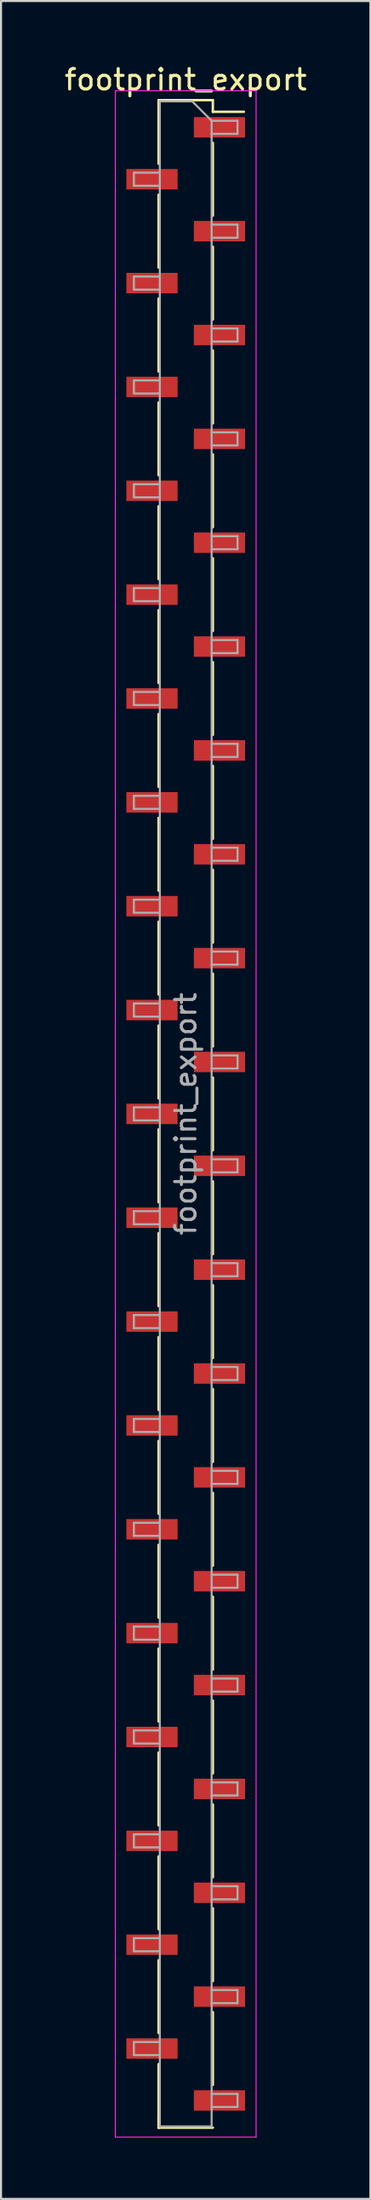
<source format=kicad_pcb>
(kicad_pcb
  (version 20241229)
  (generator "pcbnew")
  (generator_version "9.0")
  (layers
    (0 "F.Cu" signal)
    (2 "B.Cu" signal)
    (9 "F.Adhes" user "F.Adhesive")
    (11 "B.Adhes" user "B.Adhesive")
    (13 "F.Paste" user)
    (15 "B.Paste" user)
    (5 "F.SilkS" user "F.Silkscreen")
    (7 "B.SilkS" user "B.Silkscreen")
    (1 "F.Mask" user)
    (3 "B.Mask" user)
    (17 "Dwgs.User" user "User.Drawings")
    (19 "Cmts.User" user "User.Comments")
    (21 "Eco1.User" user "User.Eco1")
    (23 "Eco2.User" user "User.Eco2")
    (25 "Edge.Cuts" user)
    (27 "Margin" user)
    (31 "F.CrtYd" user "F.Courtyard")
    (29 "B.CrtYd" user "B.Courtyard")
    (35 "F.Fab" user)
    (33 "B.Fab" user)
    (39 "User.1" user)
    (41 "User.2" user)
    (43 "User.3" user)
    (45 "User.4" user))
  (footprint "footprint_export"
    (layer "F.Cu")
    (at 6.054 51.438)
    (property "Reference" "footprint_export" (at 0 -50.59 0) (layer "F.SilkS") (effects (font (size 1 1) (thickness 0.15))))
    (attr smd)
    (fp_line (start -1.33 -49.59) (end -1.33 -46.48) (stroke (width 0.12) (type solid)) (layer "F.SilkS"))
    (fp_line (start -1.33 -49.59) (end 1.33 -49.59) (stroke (width 0.12) (type solid)) (layer "F.SilkS"))
    (fp_line (start -1.33 -44.96) (end -1.33 -41.4) (stroke (width 0.12) (type solid)) (layer "F.SilkS"))
    (fp_line (start -1.33 -39.88) (end -1.33 -36.32) (stroke (width 0.12) (type solid)) (layer "F.SilkS"))
    (fp_line (start -1.33 -34.8) (end -1.33 -31.24) (stroke (width 0.12) (type solid)) (layer "F.SilkS"))
    (fp_line (start -1.33 -29.72) (end -1.33 -26.16) (stroke (width 0.12) (type solid)) (layer "F.SilkS"))
    (fp_line (start -1.33 -24.64) (end -1.33 -21.08) (stroke (width 0.12) (type solid)) (layer "F.SilkS"))
    (fp_line (start -1.33 -19.56) (end -1.33 -16) (stroke (width 0.12) (type solid)) (layer "F.SilkS"))
    (fp_line (start -1.33 -14.48) (end -1.33 -10.92) (stroke (width 0.12) (type solid)) (layer "F.SilkS"))
    (fp_line (start -1.33 -9.4) (end -1.33 -5.84) (stroke (width 0.12) (type solid)) (layer "F.SilkS"))
    (fp_line (start -1.33 -4.32) (end -1.33 -0.76) (stroke (width 0.12) (type solid)) (layer "F.SilkS"))
    (fp_line (start -1.33 0.76) (end -1.33 4.32) (stroke (width 0.12) (type solid)) (layer "F.SilkS"))
    (fp_line (start -1.33 5.84) (end -1.33 9.4) (stroke (width 0.12) (type solid)) (layer "F.SilkS"))
    (fp_line (start -1.33 10.92) (end -1.33 14.48) (stroke (width 0.12) (type solid)) (layer "F.SilkS"))
    (fp_line (start -1.33 16) (end -1.33 19.56) (stroke (width 0.12) (type solid)) (layer "F.SilkS"))
    (fp_line (start -1.33 21.08) (end -1.33 24.64) (stroke (width 0.12) (type solid)) (layer "F.SilkS"))
    (fp_line (start -1.33 26.16) (end -1.33 29.72) (stroke (width 0.12) (type solid)) (layer "F.SilkS"))
    (fp_line (start -1.33 31.24) (end -1.33 34.8) (stroke (width 0.12) (type solid)) (layer "F.SilkS"))
    (fp_line (start -1.33 36.32) (end -1.33 39.88) (stroke (width 0.12) (type solid)) (layer "F.SilkS"))
    (fp_line (start -1.33 41.4) (end -1.33 44.96) (stroke (width 0.12) (type solid)) (layer "F.SilkS"))
    (fp_line (start -1.33 46.48) (end -1.33 49.59) (stroke (width 0.12) (type solid)) (layer "F.SilkS"))
    (fp_line (start -1.33 49.02) (end -1.33 49.59) (stroke (width 0.12) (type solid)) (layer "F.SilkS"))
    (fp_line (start -1.33 49.59) (end 1.33 49.59) (stroke (width 0.12) (type solid)) (layer "F.SilkS"))
    (fp_line (start 1.33 -49.59) (end 1.33 -49.02) (stroke (width 0.12) (type solid)) (layer "F.SilkS"))
    (fp_line (start 1.33 -49.02) (end 2.85 -49.02) (stroke (width 0.12) (type solid)) (layer "F.SilkS"))
    (fp_line (start 1.33 -47.5) (end 1.33 -43.94) (stroke (width 0.12) (type solid)) (layer "F.SilkS"))
    (fp_line (start 1.33 -42.42) (end 1.33 -38.86) (stroke (width 0.12) (type solid)) (layer "F.SilkS"))
    (fp_line (start 1.33 -37.34) (end 1.33 -33.78) (stroke (width 0.12) (type solid)) (layer "F.SilkS"))
    (fp_line (start 1.33 -32.26) (end 1.33 -28.7) (stroke (width 0.12) (type solid)) (layer "F.SilkS"))
    (fp_line (start 1.33 -27.18) (end 1.33 -23.62) (stroke (width 0.12) (type solid)) (layer "F.SilkS"))
    (fp_line (start 1.33 -22.1) (end 1.33 -18.54) (stroke (width 0.12) (type solid)) (layer "F.SilkS"))
    (fp_line (start 1.33 -17.02) (end 1.33 -13.46) (stroke (width 0.12) (type solid)) (layer "F.SilkS"))
    (fp_line (start 1.33 -11.94) (end 1.33 -8.38) (stroke (width 0.12) (type solid)) (layer "F.SilkS"))
    (fp_line (start 1.33 -6.86) (end 1.33 -3.3) (stroke (width 0.12) (type solid)) (layer "F.SilkS"))
    (fp_line (start 1.33 -1.78) (end 1.33 1.78) (stroke (width 0.12) (type solid)) (layer "F.SilkS"))
    (fp_line (start 1.33 3.3) (end 1.33 6.86) (stroke (width 0.12) (type solid)) (layer "F.SilkS"))
    (fp_line (start 1.33 8.38) (end 1.33 11.94) (stroke (width 0.12) (type solid)) (layer "F.SilkS"))
    (fp_line (start 1.33 13.46) (end 1.33 17.02) (stroke (width 0.12) (type solid)) (layer "F.SilkS"))
    (fp_line (start 1.33 18.54) (end 1.33 22.1) (stroke (width 0.12) (type solid)) (layer "F.SilkS"))
    (fp_line (start 1.33 23.62) (end 1.33 27.18) (stroke (width 0.12) (type solid)) (layer "F.SilkS"))
    (fp_line (start 1.33 28.7) (end 1.33 32.26) (stroke (width 0.12) (type solid)) (layer "F.SilkS"))
    (fp_line (start 1.33 33.78) (end 1.33 37.34) (stroke (width 0.12) (type solid)) (layer "F.SilkS"))
    (fp_line (start 1.33 38.86) (end 1.33 42.42) (stroke (width 0.12) (type solid)) (layer "F.SilkS"))
    (fp_line (start 1.33 43.94) (end 1.33 47.5) (stroke (width 0.12) (type solid)) (layer "F.SilkS"))
    (fp_line (start -3.45 -50.05) (end -3.45 50.05) (stroke (width 0.05) (type solid)) (layer "F.CrtYd"))
    (fp_line (start -3.45 50.05) (end 3.45 50.05) (stroke (width 0.05) (type solid)) (layer "F.CrtYd"))
    (fp_line (start 3.45 -50.05) (end -3.45 -50.05) (stroke (width 0.05) (type solid)) (layer "F.CrtYd"))
    (fp_line (start 3.45 50.05) (end 3.45 -50.05) (stroke (width 0.05) (type solid)) (layer "F.CrtYd"))
    (fp_line (start -2.54 -46.04) (end -2.54 -45.4) (stroke (width 0.1) (type solid)) (layer "F.Fab"))
    (fp_line (start -2.54 -45.4) (end -1.27 -45.4) (stroke (width 0.1) (type solid)) (layer "F.Fab"))
    (fp_line (start -2.54 -40.96) (end -2.54 -40.32) (stroke (width 0.1) (type solid)) (layer "F.Fab"))
    (fp_line (start -2.54 -40.32) (end -1.27 -40.32) (stroke (width 0.1) (type solid)) (layer "F.Fab"))
    (fp_line (start -2.54 -35.88) (end -2.54 -35.24) (stroke (width 0.1) (type solid)) (layer "F.Fab"))
    (fp_line (start -2.54 -35.24) (end -1.27 -35.24) (stroke (width 0.1) (type solid)) (layer "F.Fab"))
    (fp_line (start -2.54 -30.8) (end -2.54 -30.16) (stroke (width 0.1) (type solid)) (layer "F.Fab"))
    (fp_line (start -2.54 -30.16) (end -1.27 -30.16) (stroke (width 0.1) (type solid)) (layer "F.Fab"))
    (fp_line (start -2.54 -25.72) (end -2.54 -25.08) (stroke (width 0.1) (type solid)) (layer "F.Fab"))
    (fp_line (start -2.54 -25.08) (end -1.27 -25.08) (stroke (width 0.1) (type solid)) (layer "F.Fab"))
    (fp_line (start -2.54 -20.64) (end -2.54 -20) (stroke (width 0.1) (type solid)) (layer "F.Fab"))
    (fp_line (start -2.54 -20) (end -1.27 -20) (stroke (width 0.1) (type solid)) (layer "F.Fab"))
    (fp_line (start -2.54 -15.56) (end -2.54 -14.92) (stroke (width 0.1) (type solid)) (layer "F.Fab"))
    (fp_line (start -2.54 -14.92) (end -1.27 -14.92) (stroke (width 0.1) (type solid)) (layer "F.Fab"))
    (fp_line (start -2.54 -10.48) (end -2.54 -9.84) (stroke (width 0.1) (type solid)) (layer "F.Fab"))
    (fp_line (start -2.54 -9.84) (end -1.27 -9.84) (stroke (width 0.1) (type solid)) (layer "F.Fab"))
    (fp_line (start -2.54 -5.4) (end -2.54 -4.76) (stroke (width 0.1) (type solid)) (layer "F.Fab"))
    (fp_line (start -2.54 -4.76) (end -1.27 -4.76) (stroke (width 0.1) (type solid)) (layer "F.Fab"))
    (fp_line (start -2.54 -0.32) (end -2.54 0.32) (stroke (width 0.1) (type solid)) (layer "F.Fab"))
    (fp_line (start -2.54 0.32) (end -1.27 0.32) (stroke (width 0.1) (type solid)) (layer "F.Fab"))
    (fp_line (start -2.54 4.76) (end -2.54 5.4) (stroke (width 0.1) (type solid)) (layer "F.Fab"))
    (fp_line (start -2.54 5.4) (end -1.27 5.4) (stroke (width 0.1) (type solid)) (layer "F.Fab"))
    (fp_line (start -2.54 9.84) (end -2.54 10.48) (stroke (width 0.1) (type solid)) (layer "F.Fab"))
    (fp_line (start -2.54 10.48) (end -1.27 10.48) (stroke (width 0.1) (type solid)) (layer "F.Fab"))
    (fp_line (start -2.54 14.92) (end -2.54 15.56) (stroke (width 0.1) (type solid)) (layer "F.Fab"))
    (fp_line (start -2.54 15.56) (end -1.27 15.56) (stroke (width 0.1) (type solid)) (layer "F.Fab"))
    (fp_line (start -2.54 20) (end -2.54 20.64) (stroke (width 0.1) (type solid)) (layer "F.Fab"))
    (fp_line (start -2.54 20.64) (end -1.27 20.64) (stroke (width 0.1) (type solid)) (layer "F.Fab"))
    (fp_line (start -2.54 25.08) (end -2.54 25.72) (stroke (width 0.1) (type solid)) (layer "F.Fab"))
    (fp_line (start -2.54 25.72) (end -1.27 25.72) (stroke (width 0.1) (type solid)) (layer "F.Fab"))
    (fp_line (start -2.54 30.16) (end -2.54 30.8) (stroke (width 0.1) (type solid)) (layer "F.Fab"))
    (fp_line (start -2.54 30.8) (end -1.27 30.8) (stroke (width 0.1) (type solid)) (layer "F.Fab"))
    (fp_line (start -2.54 35.24) (end -2.54 35.88) (stroke (width 0.1) (type solid)) (layer "F.Fab"))
    (fp_line (start -2.54 35.88) (end -1.27 35.88) (stroke (width 0.1) (type solid)) (layer "F.Fab"))
    (fp_line (start -2.54 40.32) (end -2.54 40.96) (stroke (width 0.1) (type solid)) (layer "F.Fab"))
    (fp_line (start -2.54 40.96) (end -1.27 40.96) (stroke (width 0.1) (type solid)) (layer "F.Fab"))
    (fp_line (start -2.54 45.4) (end -2.54 46.04) (stroke (width 0.1) (type solid)) (layer "F.Fab"))
    (fp_line (start -2.54 46.04) (end -1.27 46.04) (stroke (width 0.1) (type solid)) (layer "F.Fab"))
    (fp_line (start -1.27 -49.53) (end -1.27 49.53) (stroke (width 0.1) (type solid)) (layer "F.Fab"))
    (fp_line (start -1.27 -49.53) (end 0.32 -49.53) (stroke (width 0.1) (type solid)) (layer "F.Fab"))
    (fp_line (start -1.27 -46.04) (end -2.54 -46.04) (stroke (width 0.1) (type solid)) (layer "F.Fab"))
    (fp_line (start -1.27 -40.96) (end -2.54 -40.96) (stroke (width 0.1) (type solid)) (layer "F.Fab"))
    (fp_line (start -1.27 -35.88) (end -2.54 -35.88) (stroke (width 0.1) (type solid)) (layer "F.Fab"))
    (fp_line (start -1.27 -30.8) (end -2.54 -30.8) (stroke (width 0.1) (type solid)) (layer "F.Fab"))
    (fp_line (start -1.27 -25.72) (end -2.54 -25.72) (stroke (width 0.1) (type solid)) (layer "F.Fab"))
    (fp_line (start -1.27 -20.64) (end -2.54 -20.64) (stroke (width 0.1) (type solid)) (layer "F.Fab"))
    (fp_line (start -1.27 -15.56) (end -2.54 -15.56) (stroke (width 0.1) (type solid)) (layer "F.Fab"))
    (fp_line (start -1.27 -10.48) (end -2.54 -10.48) (stroke (width 0.1) (type solid)) (layer "F.Fab"))
    (fp_line (start -1.27 -5.4) (end -2.54 -5.4) (stroke (width 0.1) (type solid)) (layer "F.Fab"))
    (fp_line (start -1.27 -0.32) (end -2.54 -0.32) (stroke (width 0.1) (type solid)) (layer "F.Fab"))
    (fp_line (start -1.27 4.76) (end -2.54 4.76) (stroke (width 0.1) (type solid)) (layer "F.Fab"))
    (fp_line (start -1.27 9.84) (end -2.54 9.84) (stroke (width 0.1) (type solid)) (layer "F.Fab"))
    (fp_line (start -1.27 14.92) (end -2.54 14.92) (stroke (width 0.1) (type solid)) (layer "F.Fab"))
    (fp_line (start -1.27 20) (end -2.54 20) (stroke (width 0.1) (type solid)) (layer "F.Fab"))
    (fp_line (start -1.27 25.08) (end -2.54 25.08) (stroke (width 0.1) (type solid)) (layer "F.Fab"))
    (fp_line (start -1.27 30.16) (end -2.54 30.16) (stroke (width 0.1) (type solid)) (layer "F.Fab"))
    (fp_line (start -1.27 35.24) (end -2.54 35.24) (stroke (width 0.1) (type solid)) (layer "F.Fab"))
    (fp_line (start -1.27 40.32) (end -2.54 40.32) (stroke (width 0.1) (type solid)) (layer "F.Fab"))
    (fp_line (start -1.27 45.4) (end -2.54 45.4) (stroke (width 0.1) (type solid)) (layer "F.Fab"))
    (fp_line (start 1.27 -48.58) (end 0.32 -49.53) (stroke (width 0.1) (type solid)) (layer "F.Fab"))
    (fp_line (start 1.27 -48.58) (end 2.54 -48.58) (stroke (width 0.1) (type solid)) (layer "F.Fab"))
    (fp_line (start 1.27 -43.5) (end 2.54 -43.5) (stroke (width 0.1) (type solid)) (layer "F.Fab"))
    (fp_line (start 1.27 -38.42) (end 2.54 -38.42) (stroke (width 0.1) (type solid)) (layer "F.Fab"))
    (fp_line (start 1.27 -33.34) (end 2.54 -33.34) (stroke (width 0.1) (type solid)) (layer "F.Fab"))
    (fp_line (start 1.27 -28.26) (end 2.54 -28.26) (stroke (width 0.1) (type solid)) (layer "F.Fab"))
    (fp_line (start 1.27 -23.18) (end 2.54 -23.18) (stroke (width 0.1) (type solid)) (layer "F.Fab"))
    (fp_line (start 1.27 -18.1) (end 2.54 -18.1) (stroke (width 0.1) (type solid)) (layer "F.Fab"))
    (fp_line (start 1.27 -13.02) (end 2.54 -13.02) (stroke (width 0.1) (type solid)) (layer "F.Fab"))
    (fp_line (start 1.27 -7.94) (end 2.54 -7.94) (stroke (width 0.1) (type solid)) (layer "F.Fab"))
    (fp_line (start 1.27 -2.86) (end 2.54 -2.86) (stroke (width 0.1) (type solid)) (layer "F.Fab"))
    (fp_line (start 1.27 2.22) (end 2.54 2.22) (stroke (width 0.1) (type solid)) (layer "F.Fab"))
    (fp_line (start 1.27 7.3) (end 2.54 7.3) (stroke (width 0.1) (type solid)) (layer "F.Fab"))
    (fp_line (start 1.27 12.38) (end 2.54 12.38) (stroke (width 0.1) (type solid)) (layer "F.Fab"))
    (fp_line (start 1.27 17.46) (end 2.54 17.46) (stroke (width 0.1) (type solid)) (layer "F.Fab"))
    (fp_line (start 1.27 22.54) (end 2.54 22.54) (stroke (width 0.1) (type solid)) (layer "F.Fab"))
    (fp_line (start 1.27 27.62) (end 2.54 27.62) (stroke (width 0.1) (type solid)) (layer "F.Fab"))
    (fp_line (start 1.27 32.7) (end 2.54 32.7) (stroke (width 0.1) (type solid)) (layer "F.Fab"))
    (fp_line (start 1.27 37.78) (end 2.54 37.78) (stroke (width 0.1) (type solid)) (layer "F.Fab"))
    (fp_line (start 1.27 42.86) (end 2.54 42.86) (stroke (width 0.1) (type solid)) (layer "F.Fab"))
    (fp_line (start 1.27 47.94) (end 2.54 47.94) (stroke (width 0.1) (type solid)) (layer "F.Fab"))
    (fp_line (start 1.27 49.53) (end -1.27 49.53) (stroke (width 0.1) (type solid)) (layer "F.Fab"))
    (fp_line (start 1.27 49.53) (end 1.27 -48.58) (stroke (width 0.1) (type solid)) (layer "F.Fab"))
    (fp_line (start 2.54 -48.58) (end 2.54 -47.94) (stroke (width 0.1) (type solid)) (layer "F.Fab"))
    (fp_line (start 2.54 -47.94) (end 1.27 -47.94) (stroke (width 0.1) (type solid)) (layer "F.Fab"))
    (fp_line (start 2.54 -43.5) (end 2.54 -42.86) (stroke (width 0.1) (type solid)) (layer "F.Fab"))
    (fp_line (start 2.54 -42.86) (end 1.27 -42.86) (stroke (width 0.1) (type solid)) (layer "F.Fab"))
    (fp_line (start 2.54 -38.42) (end 2.54 -37.78) (stroke (width 0.1) (type solid)) (layer "F.Fab"))
    (fp_line (start 2.54 -37.78) (end 1.27 -37.78) (stroke (width 0.1) (type solid)) (layer "F.Fab"))
    (fp_line (start 2.54 -33.34) (end 2.54 -32.7) (stroke (width 0.1) (type solid)) (layer "F.Fab"))
    (fp_line (start 2.54 -32.7) (end 1.27 -32.7) (stroke (width 0.1) (type solid)) (layer "F.Fab"))
    (fp_line (start 2.54 -28.26) (end 2.54 -27.62) (stroke (width 0.1) (type solid)) (layer "F.Fab"))
    (fp_line (start 2.54 -27.62) (end 1.27 -27.62) (stroke (width 0.1) (type solid)) (layer "F.Fab"))
    (fp_line (start 2.54 -23.18) (end 2.54 -22.54) (stroke (width 0.1) (type solid)) (layer "F.Fab"))
    (fp_line (start 2.54 -22.54) (end 1.27 -22.54) (stroke (width 0.1) (type solid)) (layer "F.Fab"))
    (fp_line (start 2.54 -18.1) (end 2.54 -17.46) (stroke (width 0.1) (type solid)) (layer "F.Fab"))
    (fp_line (start 2.54 -17.46) (end 1.27 -17.46) (stroke (width 0.1) (type solid)) (layer "F.Fab"))
    (fp_line (start 2.54 -13.02) (end 2.54 -12.38) (stroke (width 0.1) (type solid)) (layer "F.Fab"))
    (fp_line (start 2.54 -12.38) (end 1.27 -12.38) (stroke (width 0.1) (type solid)) (layer "F.Fab"))
    (fp_line (start 2.54 -7.94) (end 2.54 -7.3) (stroke (width 0.1) (type solid)) (layer "F.Fab"))
    (fp_line (start 2.54 -7.3) (end 1.27 -7.3) (stroke (width 0.1) (type solid)) (layer "F.Fab"))
    (fp_line (start 2.54 -2.86) (end 2.54 -2.22) (stroke (width 0.1) (type solid)) (layer "F.Fab"))
    (fp_line (start 2.54 -2.22) (end 1.27 -2.22) (stroke (width 0.1) (type solid)) (layer "F.Fab"))
    (fp_line (start 2.54 2.22) (end 2.54 2.86) (stroke (width 0.1) (type solid)) (layer "F.Fab"))
    (fp_line (start 2.54 2.86) (end 1.27 2.86) (stroke (width 0.1) (type solid)) (layer "F.Fab"))
    (fp_line (start 2.54 7.3) (end 2.54 7.94) (stroke (width 0.1) (type solid)) (layer "F.Fab"))
    (fp_line (start 2.54 7.94) (end 1.27 7.94) (stroke (width 0.1) (type solid)) (layer "F.Fab"))
    (fp_line (start 2.54 12.38) (end 2.54 13.02) (stroke (width 0.1) (type solid)) (layer "F.Fab"))
    (fp_line (start 2.54 13.02) (end 1.27 13.02) (stroke (width 0.1) (type solid)) (layer "F.Fab"))
    (fp_line (start 2.54 17.46) (end 2.54 18.1) (stroke (width 0.1) (type solid)) (layer "F.Fab"))
    (fp_line (start 2.54 18.1) (end 1.27 18.1) (stroke (width 0.1) (type solid)) (layer "F.Fab"))
    (fp_line (start 2.54 22.54) (end 2.54 23.18) (stroke (width 0.1) (type solid)) (layer "F.Fab"))
    (fp_line (start 2.54 23.18) (end 1.27 23.18) (stroke (width 0.1) (type solid)) (layer "F.Fab"))
    (fp_line (start 2.54 27.62) (end 2.54 28.26) (stroke (width 0.1) (type solid)) (layer "F.Fab"))
    (fp_line (start 2.54 28.26) (end 1.27 28.26) (stroke (width 0.1) (type solid)) (layer "F.Fab"))
    (fp_line (start 2.54 32.7) (end 2.54 33.34) (stroke (width 0.1) (type solid)) (layer "F.Fab"))
    (fp_line (start 2.54 33.34) (end 1.27 33.34) (stroke (width 0.1) (type solid)) (layer "F.Fab"))
    (fp_line (start 2.54 37.78) (end 2.54 38.42) (stroke (width 0.1) (type solid)) (layer "F.Fab"))
    (fp_line (start 2.54 38.42) (end 1.27 38.42) (stroke (width 0.1) (type solid)) (layer "F.Fab"))
    (fp_line (start 2.54 42.86) (end 2.54 43.5) (stroke (width 0.1) (type solid)) (layer "F.Fab"))
    (fp_line (start 2.54 43.5) (end 1.27 43.5) (stroke (width 0.1) (type solid)) (layer "F.Fab"))
    (fp_line (start 2.54 47.94) (end 2.54 48.58) (stroke (width 0.1) (type solid)) (layer "F.Fab"))
    (fp_line (start 2.54 48.58) (end 1.27 48.58) (stroke (width 0.1) (type solid)) (layer "F.Fab"))
    (fp_text user "${REFERENCE}" (at 0 0 90) (layer "F.Fab") (effects (font (size 1 1) (thickness 0.15))))
    (pad "1" smd rect (at 1.655 -48.26) (size 2.51 1) (layers "F.Cu" "F.Mask" "F.Paste"))
    (pad "2" smd rect (at -1.655 -45.72) (size 2.51 1) (layers "F.Cu" "F.Mask" "F.Paste"))
    (pad "3" smd rect (at 1.655 -43.18) (size 2.51 1) (layers "F.Cu" "F.Mask" "F.Paste"))
    (pad "4" smd rect (at -1.655 -40.64) (size 2.51 1) (layers "F.Cu" "F.Mask" "F.Paste"))
    (pad "5" smd rect (at 1.655 -38.1) (size 2.51 1) (layers "F.Cu" "F.Mask" "F.Paste"))
    (pad "6" smd rect (at -1.655 -35.56) (size 2.51 1) (layers "F.Cu" "F.Mask" "F.Paste"))
    (pad "7" smd rect (at 1.655 -33.02) (size 2.51 1) (layers "F.Cu" "F.Mask" "F.Paste"))
    (pad "8" smd rect (at -1.655 -30.48) (size 2.51 1) (layers "F.Cu" "F.Mask" "F.Paste"))
    (pad "9" smd rect (at 1.655 -27.94) (size 2.51 1) (layers "F.Cu" "F.Mask" "F.Paste"))
    (pad "10" smd rect (at -1.655 -25.4) (size 2.51 1) (layers "F.Cu" "F.Mask" "F.Paste"))
    (pad "11" smd rect (at 1.655 -22.86) (size 2.51 1) (layers "F.Cu" "F.Mask" "F.Paste"))
    (pad "12" smd rect (at -1.655 -20.32) (size 2.51 1) (layers "F.Cu" "F.Mask" "F.Paste"))
    (pad "13" smd rect (at 1.655 -17.78) (size 2.51 1) (layers "F.Cu" "F.Mask" "F.Paste"))
    (pad "14" smd rect (at -1.655 -15.24) (size 2.51 1) (layers "F.Cu" "F.Mask" "F.Paste"))
    (pad "15" smd rect (at 1.655 -12.7) (size 2.51 1) (layers "F.Cu" "F.Mask" "F.Paste"))
    (pad "16" smd rect (at -1.655 -10.16) (size 2.51 1) (layers "F.Cu" "F.Mask" "F.Paste"))
    (pad "17" smd rect (at 1.655 -7.62) (size 2.51 1) (layers "F.Cu" "F.Mask" "F.Paste"))
    (pad "18" smd rect (at -1.655 -5.08) (size 2.51 1) (layers "F.Cu" "F.Mask" "F.Paste"))
    (pad "19" smd rect (at 1.655 -2.54) (size 2.51 1) (layers "F.Cu" "F.Mask" "F.Paste"))
    (pad "20" smd rect (at -1.655 0) (size 2.51 1) (layers "F.Cu" "F.Mask" "F.Paste"))
    (pad "21" smd rect (at 1.655 2.54) (size 2.51 1) (layers "F.Cu" "F.Mask" "F.Paste"))
    (pad "22" smd rect (at -1.655 5.08) (size 2.51 1) (layers "F.Cu" "F.Mask" "F.Paste"))
    (pad "23" smd rect (at 1.655 7.62) (size 2.51 1) (layers "F.Cu" "F.Mask" "F.Paste"))
    (pad "24" smd rect (at -1.655 10.16) (size 2.51 1) (layers "F.Cu" "F.Mask" "F.Paste"))
    (pad "25" smd rect (at 1.655 12.7) (size 2.51 1) (layers "F.Cu" "F.Mask" "F.Paste"))
    (pad "26" smd rect (at -1.655 15.24) (size 2.51 1) (layers "F.Cu" "F.Mask" "F.Paste"))
    (pad "27" smd rect (at 1.655 17.78) (size 2.51 1) (layers "F.Cu" "F.Mask" "F.Paste"))
    (pad "28" smd rect (at -1.655 20.32) (size 2.51 1) (layers "F.Cu" "F.Mask" "F.Paste"))
    (pad "29" smd rect (at 1.655 22.86) (size 2.51 1) (layers "F.Cu" "F.Mask" "F.Paste"))
    (pad "30" smd rect (at -1.655 25.4) (size 2.51 1) (layers "F.Cu" "F.Mask" "F.Paste"))
    (pad "31" smd rect (at 1.655 27.94) (size 2.51 1) (layers "F.Cu" "F.Mask" "F.Paste"))
    (pad "32" smd rect (at -1.655 30.48) (size 2.51 1) (layers "F.Cu" "F.Mask" "F.Paste"))
    (pad "33" smd rect (at 1.655 33.02) (size 2.51 1) (layers "F.Cu" "F.Mask" "F.Paste"))
    (pad "34" smd rect (at -1.655 35.56) (size 2.51 1) (layers "F.Cu" "F.Mask" "F.Paste"))
    (pad "35" smd rect (at 1.655 38.1) (size 2.51 1) (layers "F.Cu" "F.Mask" "F.Paste"))
    (pad "36" smd rect (at -1.655 40.64) (size 2.51 1) (layers "F.Cu" "F.Mask" "F.Paste"))
    (pad "37" smd rect (at 1.655 43.18) (size 2.51 1) (layers "F.Cu" "F.Mask" "F.Paste"))
    (pad "38" smd rect (at -1.655 45.72) (size 2.51 1) (layers "F.Cu" "F.Mask" "F.Paste"))
    (pad "39" smd rect (at 1.655 48.26) (size 2.51 1) (layers "F.Cu" "F.Mask" "F.Paste")))
  (gr_rect
    (start -3 -3)
    (end 15.107 104.513)
    (stroke (width 0.1) (type default))
    (fill no)
    (layer "Edge.Cuts")))
</source>
